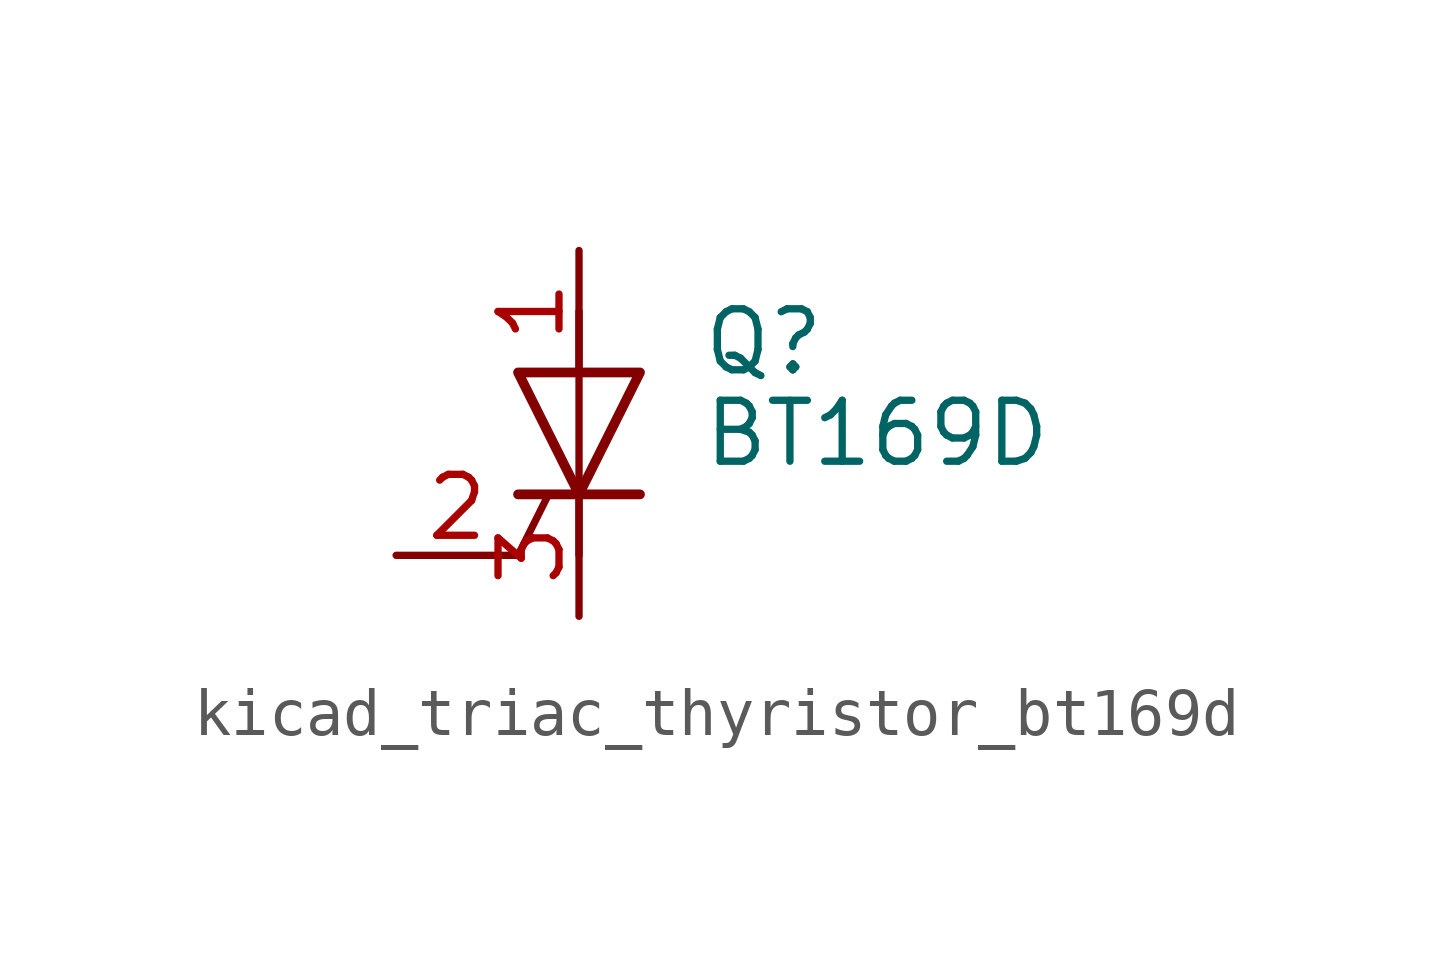
<source format=kicad_sym>
(kicad_symbol_lib
  (version 20220914)
  (generator kicad_symbol_editor)
  (symbol "kicad_triac_thyristor_bt169d"
    (pin_names
      (offset 0) hide)
    (property "Reference" "Q"
      (at 2.54 1.905 0)
      (effects (font (size 1.27 1.27)) (justify left)))
    (property "Value" "BT169D"
      (at 2.54 0 0)
      (effects (font (size 1.27 1.27)) (justify left)))
    (symbol "kicad_triac_thyristor_bt169d_0_1"
      (polyline (pts (xy -1.27 -2.54) (xy -0.635 -1.27)) (stroke (width 0) (type default)) (fill (type none)))
      (polyline (pts (xy -1.27 -1.27) (xy 1.27 -1.27)) (stroke (width 0.203) (type default)) (fill (type none)))
      (polyline (pts (xy 0 -2.54) (xy 0 2.54)) (stroke (width 0) (type default)) (fill (type none)))
      (polyline (pts (xy -1.27 1.27) (xy 1.27 1.27) (xy 0 -1.27) (xy -1.27 1.27)) (stroke (width 0.203) (type default)) (fill (type none))))
    (symbol "kicad_triac_thyristor_bt169d_1_1"
      (pin passive line (at 0 3.81 270) (length 2.54) (name "A" (effects (font (size 1.27 1.27)))) (number "1" (effects (font (size 1.27 1.27)))))
      (pin input line (at -3.81 -2.54 0) (length 2.54) (name "G" (effects (font (size 1.27 1.27)))) (number "2" (effects (font (size 1.27 1.27)))))
      (pin passive line (at 0 -3.81 90) (length 2.54) (name "K" (effects (font (size 1.27 1.27)))) (number "3" (effects (font (size 1.27 1.27))))))))
</source>
